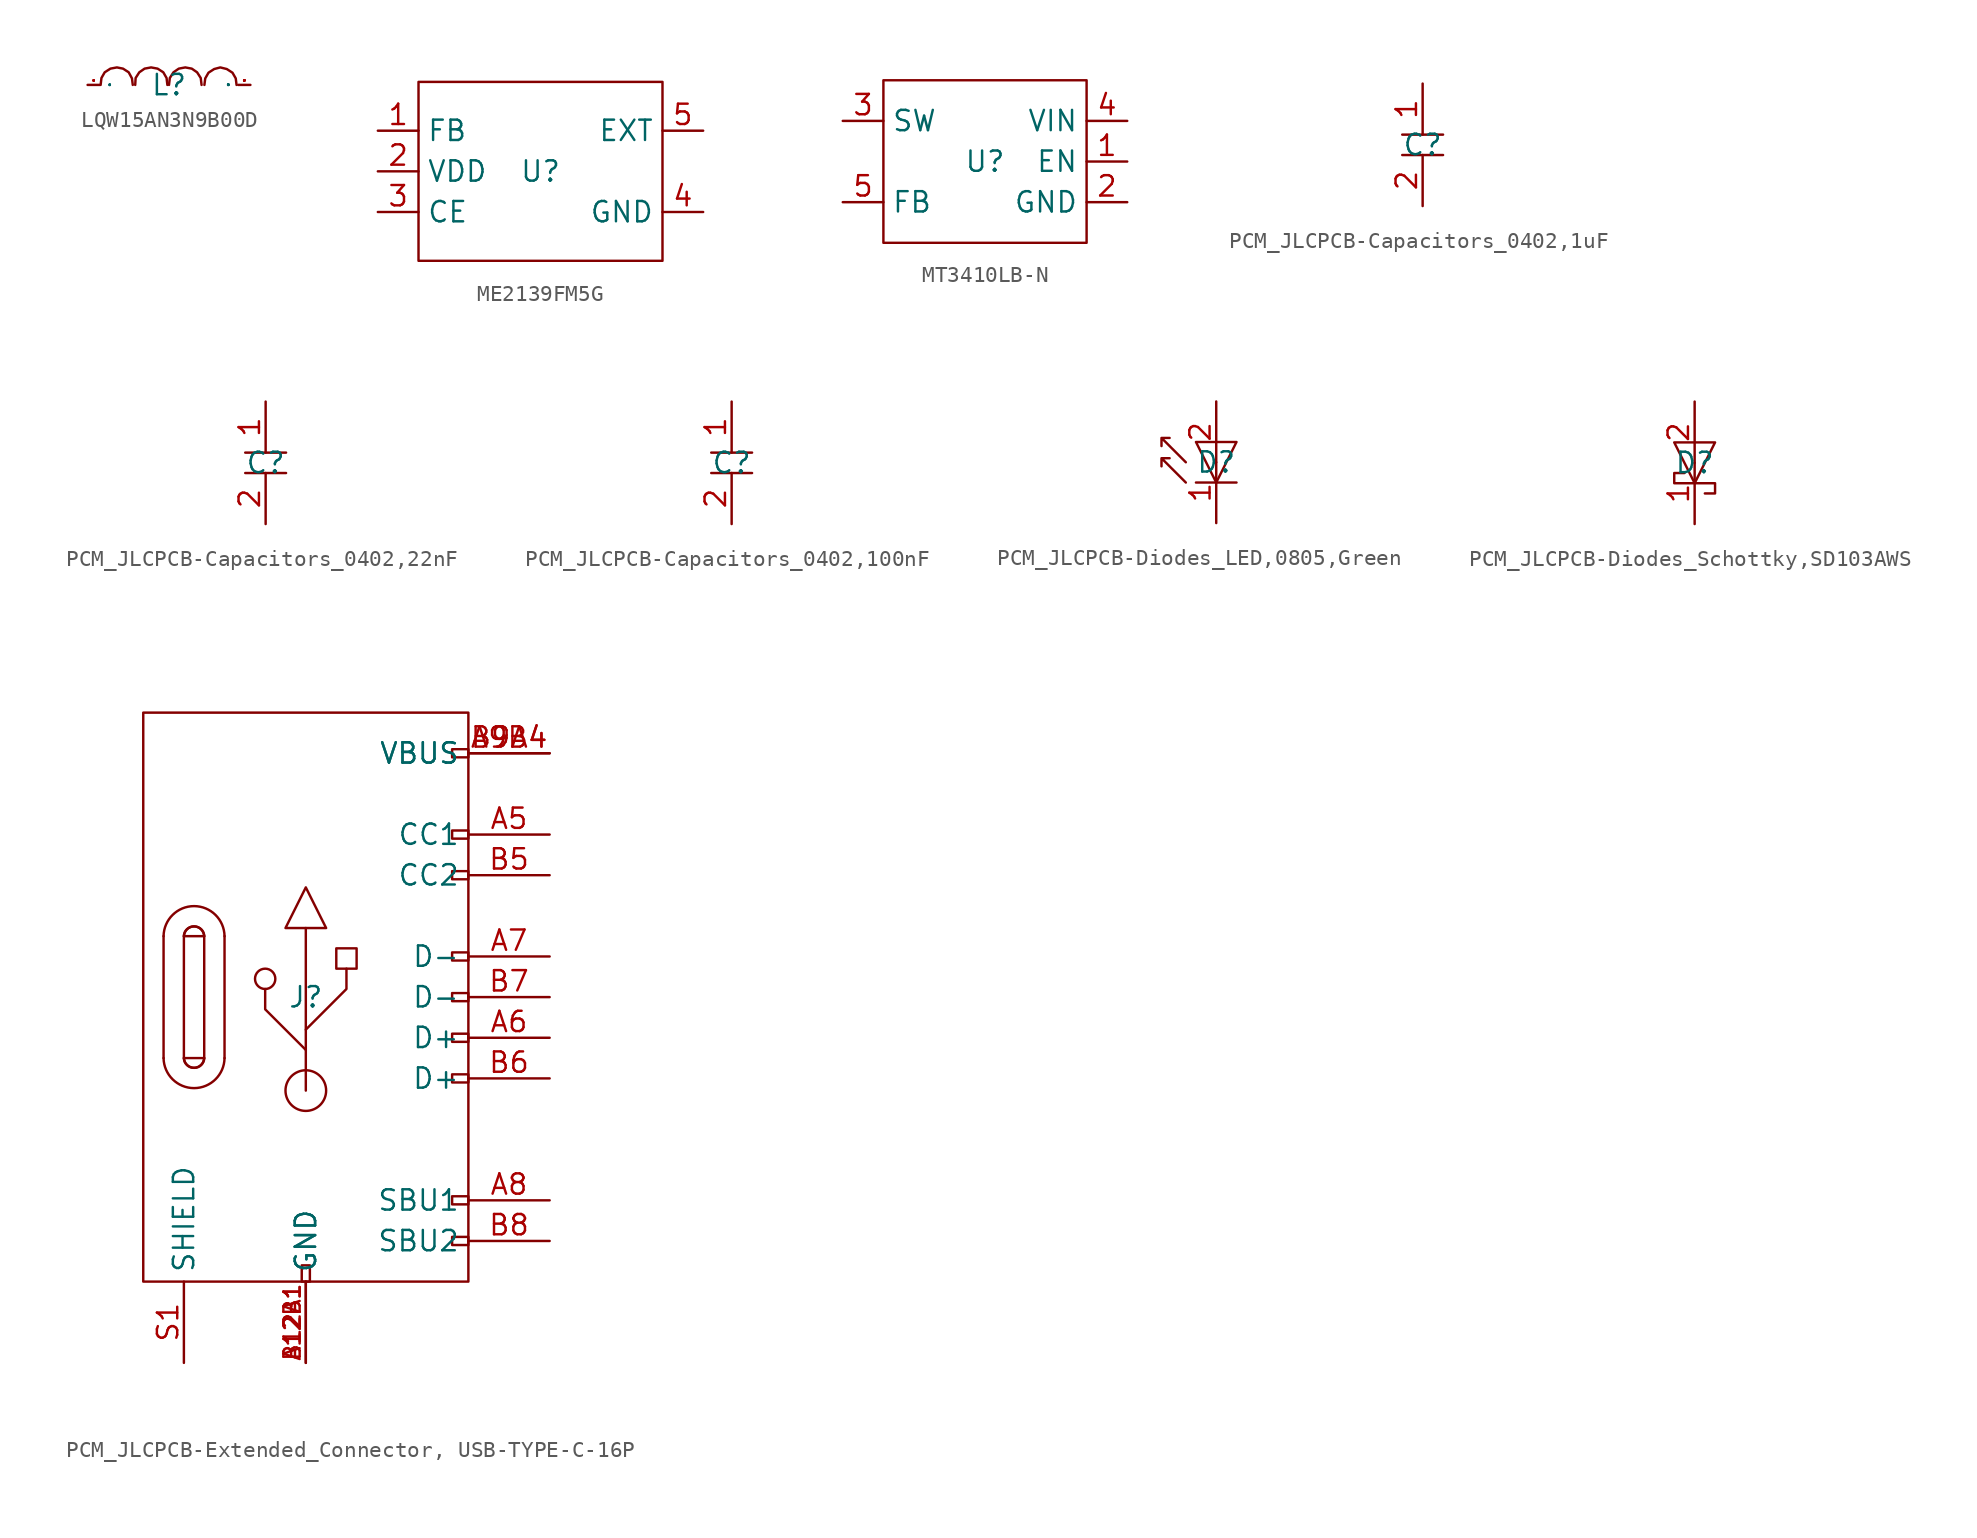
<source format=kicad_sym>
(kicad_symbol_lib
  (version 20241209)
  (generator "kicad_symbol_editor")
  (generator_version "9.0")
  (symbol "LQW15AN3N9B00D"
    (property "Reference" "L"
      (at 0 0 0)
      (effects (font (size 1.27 1.27))))
    (symbol "LQW15AN3N9B00D_1_0"
      (polyline (pts (xy -4.267 0) (xy -4.216 0.432) (xy -4.216 0.432) (xy -4.013 0.787) (xy -4.013 0.787) (xy -3.658 1.016) (xy -3.658 1.016) (xy -3.251 1.092) (xy -3.251 1.092) (xy -2.87 1.016) (xy -2.87 1.016) (xy -2.515 0.787) (xy -2.515 0.787) (xy -2.311 0.406) (xy -2.311 0.406) (xy -2.261 0)) (stroke (width 0) (type default)) (fill (type none)))
      (polyline (pts (xy -2.108 0) (xy -2.083 0.432) (xy -2.083 0.432) (xy -1.854 0.787) (xy -1.854 0.787) (xy -1.524 1.016) (xy -1.524 1.016) (xy -1.118 1.092) (xy -1.118 1.092) (xy -0.711 1.016) (xy -0.711 1.016) (xy -0.356 0.787) (xy -0.356 0.787) (xy -0.152 0.432) (xy -0.152 0.432) (xy -0.102 0)) (stroke (width 0) (type default)) (fill (type none)))
      (polyline (pts (xy 0 0) (xy 0.051 0.432) (xy 0.051 0.432) (xy 0.279 0.787) (xy 0.279 0.787) (xy 0.61 1.016) (xy 0.61 1.016) (xy 1.016 1.092) (xy 1.016 1.092) (xy 1.422 1.016) (xy 1.422 1.016) (xy 1.753 0.787) (xy 1.753 0.787) (xy 1.981 0.432) (xy 1.981 0.432) (xy 2.032 0)) (stroke (width 0) (type default)) (fill (type none)))
      (polyline (pts (xy 2.21 0) (xy 2.261 0.406) (xy 2.261 0.406) (xy 2.464 0.762) (xy 2.464 0.762) (xy 2.819 0.991) (xy 2.819 0.991) (xy 3.2 1.092) (xy 3.2 1.092) (xy 3.607 0.991) (xy 3.607 0.991) (xy 3.962 0.762) (xy 3.962 0.762) (xy 4.166 0.406) (xy 4.166 0.406) (xy 4.216 0)) (stroke (width 0) (type default)) (fill (type none)))
      (pin unspecified line (at -5.08 0 0) (length 0.762) (name "1" (effects (font (size 0.025 0.025)))) (number "1" (effects (font (size 0.025 0.025)))))
      (pin unspecified line (at 5.08 0 180) (length 0.762) (name "2" (effects (font (size 0.025 0.025)))) (number "2" (effects (font (size 0.025 0.025)))))))
  (symbol "ME2139FM5G"
    (property "Reference" "U"
      (at 0 0 0)
      (effects (font (size 1.27 1.27))))
    (property "Value" ""
      (at 0 0 0)
      (effects (font (size 1.27 1.27))))
    (symbol "ME2139FM5G_1_0"
      (rectangle (start -7.62 5.588) (end 7.62 -5.588) (stroke (width 0) (type default)) (fill (type none)))
      (pin unspecified line (at -10.16 2.54 0) (length 2.54) (name "FB" (effects (font (size 1.27 1.27)))) (number "1" (effects (font (size 1.27 1.27)))))
      (pin unspecified line (at -10.16 0 0) (length 2.54) (name "VDD" (effects (font (size 1.27 1.27)))) (number "2" (effects (font (size 1.27 1.27)))))
      (pin unspecified line (at -10.16 -2.54 0) (length 2.54) (name "CE" (effects (font (size 1.27 1.27)))) (number "3" (effects (font (size 1.27 1.27)))))
      (pin unspecified line (at 10.16 2.54 180) (length 2.54) (name "EXT" (effects (font (size 1.27 1.27)))) (number "5" (effects (font (size 1.27 1.27)))))
      (pin unspecified line (at 10.16 -2.54 180) (length 2.54) (name "GND" (effects (font (size 1.27 1.27)))) (number "4" (effects (font (size 1.27 1.27)))))))
  (symbol "MT3410LB-N"
    (property "Reference" "U"
      (at 0 0 0)
      (effects (font (size 1.27 1.27))))
    (property "Value" ""
      (at 0 0 0)
      (effects (font (size 1.27 1.27))))
    (symbol "MT3410LB-N_1_0"
      (rectangle (start -6.35 -5.08) (end 6.35 5.08) (stroke (width 0) (type default)) (fill (type none)))
      (pin unspecified line (at -8.89 2.54 0) (length 2.54) (name "SW" (effects (font (size 1.27 1.27)))) (number "3" (effects (font (size 1.27 1.27)))))
      (pin unspecified line (at -8.89 -2.54 0) (length 2.54) (name "FB" (effects (font (size 1.27 1.27)))) (number "5" (effects (font (size 1.27 1.27)))))
      (pin unspecified line (at 8.89 2.54 180) (length 2.54) (name "VIN" (effects (font (size 1.27 1.27)))) (number "4" (effects (font (size 1.27 1.27)))))
      (pin unspecified line (at 8.89 0 180) (length 2.54) (name "EN" (effects (font (size 1.27 1.27)))) (number "1" (effects (font (size 1.27 1.27)))))
      (pin unspecified line (at 8.89 -2.54 180) (length 2.54) (name "GND" (effects (font (size 1.27 1.27)))) (number "2" (effects (font (size 1.27 1.27)))))))
  (symbol "PCM_JLCPCB-Capacitors_0402,1uF"
    (property "Reference" "C"
      (at 0 0 0)
      (effects (font (size 1.27 1.27))))
    (symbol "PCM_JLCPCB-Capacitors_0402,1uF_1_0"
      (polyline (pts (xy -1.27 0.635) (xy 1.27 0.635)) (stroke (width 0) (type default)) (fill (type none)))
      (polyline (pts (xy -1.27 -0.635) (xy 1.27 -0.635)) (stroke (width 0) (type default)) (fill (type none)))
      (pin unspecified line (at 0 3.81 270) (length 3.175) (name "~" (effects (font (size 1.27 1.27)))) (number "1" (effects (font (size 1.27 1.27)))))
      (pin unspecified line (at 0 -3.81 90) (length 3.175) (name "~" (effects (font (size 1.27 1.27)))) (number "2" (effects (font (size 1.27 1.27)))))))
  (symbol "PCM_JLCPCB-Capacitors_0402,22nF"
    (property "Reference" "C"
      (at 0 0 0)
      (effects (font (size 1.27 1.27))))
    (symbol "PCM_JLCPCB-Capacitors_0402,22nF_1_0"
      (polyline (pts (xy -1.27 0.635) (xy 1.27 0.635)) (stroke (width 0) (type default)) (fill (type none)))
      (polyline (pts (xy -1.27 -0.635) (xy 1.27 -0.635)) (stroke (width 0) (type default)) (fill (type none)))
      (pin unspecified line (at 0 3.81 270) (length 3.175) (name "~" (effects (font (size 1.27 1.27)))) (number "1" (effects (font (size 1.27 1.27)))))
      (pin unspecified line (at 0 -3.81 90) (length 3.175) (name "~" (effects (font (size 1.27 1.27)))) (number "2" (effects (font (size 1.27 1.27)))))))
  (symbol "PCM_JLCPCB-Capacitors_0402,100nF"
    (property "Reference" "C"
      (at 0 0 0)
      (effects (font (size 1.27 1.27))))
    (symbol "PCM_JLCPCB-Capacitors_0402,100nF_1_0"
      (polyline (pts (xy -1.27 0.635) (xy 1.27 0.635)) (stroke (width 0) (type default)) (fill (type none)))
      (polyline (pts (xy -1.27 -0.635) (xy 1.27 -0.635)) (stroke (width 0) (type default)) (fill (type none)))
      (pin unspecified line (at 0 3.81 270) (length 3.175) (name "~" (effects (font (size 1.27 1.27)))) (number "1" (effects (font (size 1.27 1.27)))))
      (pin unspecified line (at 0 -3.81 90) (length 3.175) (name "~" (effects (font (size 1.27 1.27)))) (number "2" (effects (font (size 1.27 1.27)))))))
  (symbol "PCM_JLCPCB-Diodes_LED,0805,Green"
    (property "Reference" "D"
      (at 0 0 0)
      (effects (font (size 1.27 1.27))))
    (symbol "PCM_JLCPCB-Diodes_LED,0805,Green_1_0"
      (polyline (pts (xy -1.905 0) (xy -3.429 1.524) (xy -3.429 1.524) (xy -3.429 1.016) (xy -3.429 1.016) (xy -3.429 1.524) (xy -3.429 1.524) (xy -2.921 1.524)) (stroke (width 0) (type default)) (fill (type none)))
      (polyline (pts (xy -1.905 -1.27) (xy -3.429 0.254) (xy -3.429 0.254) (xy -3.429 -0.254) (xy -3.429 -0.254) (xy -3.429 0.254) (xy -3.429 0.254) (xy -2.921 0.254)) (stroke (width 0) (type default)) (fill (type none)))
      (polyline (pts (xy -1.27 1.27) (xy 0 -1.27) (xy 0 -1.27) (xy 1.27 1.27) (xy 1.27 1.27) (xy -1.27 1.27)) (stroke (width 0) (type default)) (fill (type none)))
      (polyline (pts (xy -1.27 -1.27) (xy 1.27 -1.27)) (stroke (width 0) (type default)) (fill (type none)))
      (pin unspecified line (at 0 3.81 270) (length 3.81) (name "~" (effects (font (size 1.27 1.27)))) (number "2" (effects (font (size 1.27 1.27)))))
      (pin unspecified line (at 0 -3.81 90) (length 3.81) (name "~" (effects (font (size 1.27 1.27)))) (number "1" (effects (font (size 1.27 1.27)))))))
  (symbol "PCM_JLCPCB-Diodes_Schottky,SD103AWS"
    (property "Reference" "D"
      (at 0 0 0)
      (effects (font (size 1.27 1.27))))
    (symbol "PCM_JLCPCB-Diodes_Schottky,SD103AWS_1_0"
      (polyline (pts (xy -1.27 1.27) (xy 0 -1.27) (xy 0 -1.27) (xy 1.27 1.27) (xy 1.27 1.27) (xy -1.27 1.27)) (stroke (width 0) (type default)) (fill (type none)))
      (polyline (pts (xy 0.635 -1.905) (xy 1.27 -1.905) (xy 1.27 -1.905) (xy 1.27 -1.27) (xy 1.27 -1.27) (xy -1.27 -1.27) (xy -1.27 -1.27) (xy -1.27 -0.635) (xy -1.27 -0.635) (xy -0.635 -0.635)) (stroke (width 0) (type default)) (fill (type none)))
      (pin unspecified line (at 0 3.81 270) (length 3.81) (name "~" (effects (font (size 1.27 1.27)))) (number "2" (effects (font (size 1.27 1.27)))))
      (pin unspecified line (at 0 -3.81 90) (length 3.81) (name "~" (effects (font (size 1.27 1.27)))) (number "1" (effects (font (size 1.27 1.27)))))))
  (symbol "PCM_JLCPCB-Extended_Connector, USB-TYPE-C-16P"
    (property "Reference" "J"
      (at 0 0 0)
      (effects (font (size 1.27 1.27))))
    (symbol "PCM_JLCPCB-Extended_Connector, USB-TYPE-C-16P_1_0"
      (rectangle (start -10.16 17.78) (end 10.16 -17.78) (stroke (width 0) (type default)) (fill (type none)))
      (polyline (pts (xy -8.89 -3.81) (xy -8.89 3.81)) (stroke (width 0) (type default)) (fill (type none)))
      (rectangle (start -7.62 3.81) (end -6.35 -3.81) (stroke (width 0) (type default)) (fill (type none)))
      (arc (start -8.89 3.81) (mid -6.985 5.6896) (end -5.08 3.81) (stroke (width 0) (type default)) (fill (type none)))
      (arc (start -7.62 3.81) (mid -6.985 4.4196) (end -6.35 3.81) (stroke (width 0) (type default)) (fill (type none)))
      (arc (start -7.62 3.81) (mid -6.985 4.4196) (end -6.35 3.81) (stroke (width 0) (type default)) (fill (type none)))
      (arc (start -6.35 -3.81) (mid -6.985 -4.4196) (end -7.62 -3.81) (stroke (width 0) (type default)) (fill (type none)))
      (arc (start -6.35 -3.81) (mid -6.985 -4.4196) (end -7.62 -3.81) (stroke (width 0) (type default)) (fill (type none)))
      (arc (start -5.08 -3.81) (mid -6.985 -5.6896) (end -8.89 -3.81) (stroke (width 0) (type default)) (fill (type none)))
      (polyline (pts (xy -5.08 3.81) (xy -5.08 -3.81)) (stroke (width 0) (type default)) (fill (type none)))
      (circle (center -2.54 1.143) (radius 0.635) (stroke (width 0) (type default)) (fill (type none)))
      (polyline (pts (xy -1.27 4.318) (xy 0 6.858) (xy 0 6.858) (xy 1.27 4.318) (xy 1.27 4.318) (xy -1.27 4.318)) (stroke (width 0) (type default)) (fill (type none)))
      (rectangle (start -0.254 -16.764) (end 0.254 -17.78) (stroke (width 0) (type default)) (fill (type none)))
      (polyline (pts (xy 0 -2.032) (xy 2.54 0.508) (xy 2.54 0.508) (xy 2.54 1.778)) (stroke (width 0) (type default)) (fill (type none)))
      (polyline (pts (xy 0 -3.302) (xy -2.54 -0.762) (xy -2.54 -0.762) (xy -2.54 0.508)) (stroke (width 0) (type default)) (fill (type none)))
      (polyline (pts (xy 0 -5.842) (xy 0 4.318)) (stroke (width 0) (type default)) (fill (type none)))
      (circle (center 0 -5.842) (radius 1.27) (stroke (width 0) (type default)) (fill (type none)))
      (rectangle (start 1.905 3.048) (end 3.175 1.778) (stroke (width 0) (type default)) (fill (type none)))
      (rectangle (start 9.144 15.494) (end 10.16 14.986) (stroke (width 0) (type default)) (fill (type none)))
      (rectangle (start 9.144 10.414) (end 10.16 9.906) (stroke (width 0) (type default)) (fill (type none)))
      (rectangle (start 9.144 7.874) (end 10.16 7.366) (stroke (width 0) (type default)) (fill (type none)))
      (rectangle (start 9.144 2.794) (end 10.16 2.286) (stroke (width 0) (type default)) (fill (type none)))
      (rectangle (start 9.144 0.254) (end 10.16 -0.254) (stroke (width 0) (type default)) (fill (type none)))
      (rectangle (start 9.144 -2.286) (end 10.16 -2.794) (stroke (width 0) (type default)) (fill (type none)))
      (rectangle (start 9.144 -4.826) (end 10.16 -5.334) (stroke (width 0) (type default)) (fill (type none)))
      (rectangle (start 9.144 -12.446) (end 10.16 -12.954) (stroke (width 0) (type default)) (fill (type none)))
      (rectangle (start 9.144 -14.986) (end 10.16 -15.494) (stroke (width 0) (type default)) (fill (type none)))
      (pin unspecified line (at -7.62 -22.86 90) (length 5.08) (name "SHIELD" (effects (font (size 1.27 1.27)))) (number "S1" (effects (font (size 1.27 1.27)))))
      (pin unspecified line (at 0 -22.86 90) (length 5.08) (name "GND" (effects (font (size 1.27 1.27)))) (number "A12B1" (effects (font (size 1.016 1.016)))))
      (pin unspecified line (at 0 -22.86 90) (length 5.08) (name "GND" (effects (font (size 1.27 1.27)))) (number "B12A1" (effects (font (size 1.016 1.016)))))
      (pin unspecified line (at 15.24 15.24 180) (length 5.08) (name "VBUS" (effects (font (size 1.27 1.27)))) (number "A9B4" (effects (font (size 1.27 1.27)))))
      (pin unspecified line (at 15.24 15.24 180) (length 5.08) (name "VBUS" (effects (font (size 1.27 1.27)))) (number "B9A4" (effects (font (size 1.27 1.27)))))
      (pin bidirectional line (at 15.24 10.16 180) (length 5.08) (name "CC1" (effects (font (size 1.27 1.27)))) (number "A5" (effects (font (size 1.27 1.27)))))
      (pin bidirectional line (at 15.24 7.62 180) (length 5.08) (name "CC2" (effects (font (size 1.27 1.27)))) (number "B5" (effects (font (size 1.27 1.27)))))
      (pin bidirectional line (at 15.24 2.54 180) (length 5.08) (name "D-" (effects (font (size 1.27 1.27)))) (number "A7" (effects (font (size 1.27 1.27)))))
      (pin bidirectional line (at 15.24 0 180) (length 5.08) (name "D-" (effects (font (size 1.27 1.27)))) (number "B7" (effects (font (size 1.27 1.27)))))
      (pin bidirectional line (at 15.24 -2.54 180) (length 5.08) (name "D+" (effects (font (size 1.27 1.27)))) (number "A6" (effects (font (size 1.27 1.27)))))
      (pin bidirectional line (at 15.24 -5.08 180) (length 5.08) (name "D+" (effects (font (size 1.27 1.27)))) (number "B6" (effects (font (size 1.27 1.27)))))
      (pin bidirectional line (at 15.24 -12.7 180) (length 5.08) (name "SBU1" (effects (font (size 1.27 1.27)))) (number "A8" (effects (font (size 1.27 1.27)))))
      (pin bidirectional line (at 15.24 -15.24 180) (length 5.08) (name "SBU2" (effects (font (size 1.27 1.27)))) (number "B8" (effects (font (size 1.27 1.27))))))))
</source>
